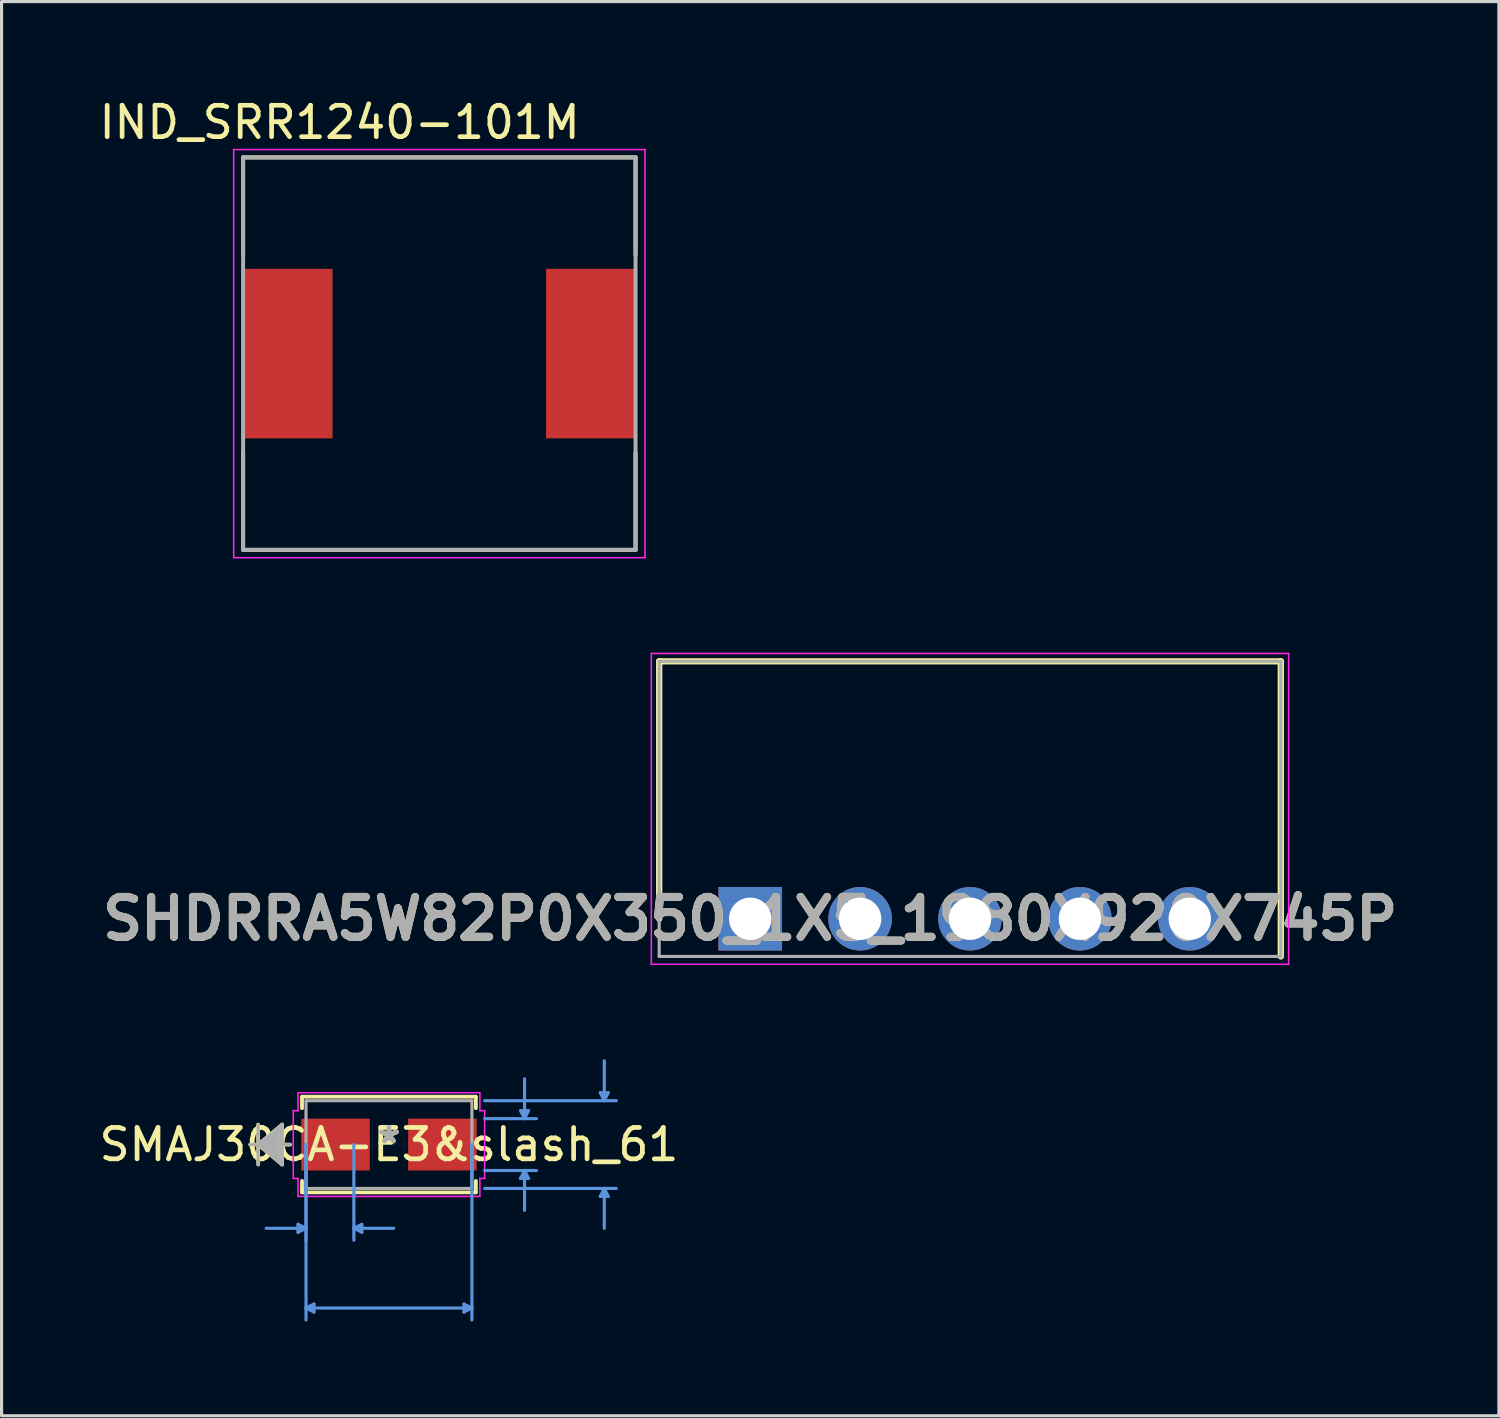
<source format=kicad_pcb>
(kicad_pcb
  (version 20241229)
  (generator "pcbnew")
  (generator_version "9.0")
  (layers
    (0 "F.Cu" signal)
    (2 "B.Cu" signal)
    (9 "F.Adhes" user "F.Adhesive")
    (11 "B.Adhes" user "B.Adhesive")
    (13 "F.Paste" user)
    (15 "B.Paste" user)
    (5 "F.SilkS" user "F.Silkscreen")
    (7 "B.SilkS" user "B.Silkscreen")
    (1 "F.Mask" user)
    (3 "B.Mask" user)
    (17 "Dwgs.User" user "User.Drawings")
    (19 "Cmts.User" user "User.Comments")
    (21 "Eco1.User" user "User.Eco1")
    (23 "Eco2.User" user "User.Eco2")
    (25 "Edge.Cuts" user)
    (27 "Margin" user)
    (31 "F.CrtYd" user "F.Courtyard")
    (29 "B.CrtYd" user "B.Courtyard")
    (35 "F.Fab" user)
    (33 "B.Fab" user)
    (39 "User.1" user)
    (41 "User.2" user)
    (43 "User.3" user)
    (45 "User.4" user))
  (footprint "SHDRRA5W82P0X350_1X5_1980X920X745P"
    (layer "F.Cu")
    (at 20.846 26.214)
    (property "Reference" "SHDRRA5W82P0X350_1X5_1980X920X745P" (at 0 0 0) (layer "F.SilkS") (effects (font (size 1.27 1.27) (thickness 0.254))))
    (attr through_hole)
    (fp_line (start -2.9 -8.2) (end 16.9 -8.2) (stroke (width 0.2) (type solid)) (layer "F.SilkS"))
    (fp_line (start -2.9 0) (end -2.9 -8.2) (stroke (width 0.2) (type solid)) (layer "F.SilkS"))
    (fp_line (start 16.9 -8.2) (end 16.9 1.2) (stroke (width 0.2) (type solid)) (layer "F.SilkS"))
    (fp_line (start -3.15 -8.45) (end -3.15 1.45) (stroke (width 0.05) (type solid)) (layer "F.CrtYd"))
    (fp_line (start -3.15 1.45) (end 17.15 1.45) (stroke (width 0.05) (type solid)) (layer "F.CrtYd"))
    (fp_line (start 17.15 -8.45) (end -3.15 -8.45) (stroke (width 0.05) (type solid)) (layer "F.CrtYd"))
    (fp_line (start 17.15 1.45) (end 17.15 -8.45) (stroke (width 0.05) (type solid)) (layer "F.CrtYd"))
    (fp_line (start -2.9 -8.2) (end 16.9 -8.2) (stroke (width 0.1) (type solid)) (layer "F.Fab"))
    (fp_line (start -2.9 1.2) (end -2.9 -8.2) (stroke (width 0.1) (type solid)) (layer "F.Fab"))
    (fp_line (start 16.9 -8.2) (end 16.9 1.2) (stroke (width 0.1) (type solid)) (layer "F.Fab"))
    (fp_line (start 16.9 1.2) (end -2.9 1.2) (stroke (width 0.1) (type solid)) (layer "F.Fab"))
    (fp_text user "${REFERENCE}" (at 0 0 0) (layer "F.Fab") (effects (font (size 1.27 1.27) (thickness 0.254))))
    (pad "1" thru_hole rect (at 0 0) (size 2.025 2.025) (drill 1.35) (layers "*.Cu" "*.Mask"))
    (pad "2" thru_hole circle (at 3.5 0) (size 2.025 2.025) (drill 1.35) (layers "*.Cu" "*.Mask"))
    (pad "3" thru_hole circle (at 7 0) (size 2.025 2.025) (drill 1.35) (layers "*.Cu" "*.Mask"))
    (pad "4" thru_hole circle (at 10.5 0) (size 2.025 2.025) (drill 1.35) (layers "*.Cu" "*.Mask"))
    (pad "5" thru_hole circle (at 14 0) (size 2.025 2.025) (drill 1.35) (layers "*.Cu" "*.Mask")))
  (footprint "IND_SRR1240-101M"
    (layer "F.Cu")
    (at 10.943 8.214)
    (property "Reference" "IND_SRR1240-101M" (at -3.175 -7.366 0) (layer "F.SilkS") (effects (font (size 1 1) (thickness 0.15))))
    (attr smd)
    (fp_line (start -6.25 -6.25) (end 6.25 -6.25) (stroke (width 0.127) (type solid)) (layer "F.SilkS"))
    (fp_line (start -6.25 -3.15) (end -6.25 -6.25) (stroke (width 0.127) (type solid)) (layer "F.SilkS"))
    (fp_line (start -6.25 6.25) (end -6.25 3.15) (stroke (width 0.127) (type solid)) (layer "F.SilkS"))
    (fp_line (start 6.25 -6.25) (end 6.25 -3.15) (stroke (width 0.127) (type solid)) (layer "F.SilkS"))
    (fp_line (start 6.25 3.15) (end 6.25 6.25) (stroke (width 0.127) (type solid)) (layer "F.SilkS"))
    (fp_line (start 6.25 6.25) (end -6.25 6.25) (stroke (width 0.127) (type solid)) (layer "F.SilkS"))
    (fp_line (start -6.55 -6.5) (end 6.55 -6.5) (stroke (width 0.05) (type solid)) (layer "F.CrtYd"))
    (fp_line (start -6.55 6.5) (end -6.55 -6.5) (stroke (width 0.05) (type solid)) (layer "F.CrtYd"))
    (fp_line (start 6.55 -6.5) (end 6.55 6.5) (stroke (width 0.05) (type solid)) (layer "F.CrtYd"))
    (fp_line (start 6.55 6.5) (end -6.55 6.5) (stroke (width 0.05) (type solid)) (layer "F.CrtYd"))
    (fp_line (start -6.25 -6.25) (end 6.25 -6.25) (stroke (width 0.127) (type solid)) (layer "F.Fab"))
    (fp_line (start -6.25 6.25) (end -6.25 -6.25) (stroke (width 0.127) (type solid)) (layer "F.Fab"))
    (fp_line (start 6.25 -6.25) (end 6.25 6.25) (stroke (width 0.127) (type solid)) (layer "F.Fab"))
    (fp_line (start 6.25 6.25) (end -6.25 6.25) (stroke (width 0.127) (type solid)) (layer "F.Fab"))
    (pad "1" smd rect (at -4.85 0 90) (size 5.4 2.9) (layers "F.Cu" "F.Mask" "F.Paste"))
    (pad "2" smd rect (at 4.85 0 90) (size 5.4 2.9) (layers "F.Cu" "F.Mask" "F.Paste")))
  (footprint "SMAJ30CA-E3&slash_61"
    (layer "F.Cu")
    (at 9.339 33.406)
    (property "Reference" "SMAJ30CA-E3&slash_61" (at 0 0 0) (layer "F.SilkS") (effects (font (size 1 1) (thickness 0.15))))
    (attr through_hole)
    (fp_line (start -4.166 -0.635) (end -4.166 0.635) (stroke (width 0.12) (type solid)) (layer "F.SilkS"))
    (fp_line (start -4.166 0) (end -3.404 -0.635) (stroke (width 0.12) (type solid)) (layer "F.SilkS"))
    (fp_line (start -4.166 0) (end -3.404 -0.508) (stroke (width 0.12) (type solid)) (layer "F.SilkS"))
    (fp_line (start -4.166 0) (end -3.404 -0.381) (stroke (width 0.12) (type solid)) (layer "F.SilkS"))
    (fp_line (start -4.166 0) (end -3.404 -0.254) (stroke (width 0.12) (type solid)) (layer "F.SilkS"))
    (fp_line (start -4.166 0) (end -3.404 -0.127) (stroke (width 0.12) (type solid)) (layer "F.SilkS"))
    (fp_line (start -4.166 0) (end -3.404 0.127) (stroke (width 0.12) (type solid)) (layer "F.SilkS"))
    (fp_line (start -4.166 0) (end -3.404 0.254) (stroke (width 0.12) (type solid)) (layer "F.SilkS"))
    (fp_line (start -4.166 0) (end -3.404 0.381) (stroke (width 0.12) (type solid)) (layer "F.SilkS"))
    (fp_line (start -4.166 0) (end -3.404 0.508) (stroke (width 0.12) (type solid)) (layer "F.SilkS"))
    (fp_line (start -4.166 0) (end -3.404 0.635) (stroke (width 0.12) (type solid)) (layer "F.SilkS"))
    (fp_line (start -3.404 -0.635) (end -3.404 0.635) (stroke (width 0.12) (type solid)) (layer "F.SilkS"))
    (fp_line (start -3.15 0) (end -4.42 0) (stroke (width 0.12) (type solid)) (layer "F.SilkS"))
    (fp_line (start -2.769 -1.524) (end -2.769 -1.158) (stroke (width 0.12) (type solid)) (layer "F.SilkS"))
    (fp_line (start -2.769 1.158) (end -2.769 1.524) (stroke (width 0.12) (type solid)) (layer "F.SilkS"))
    (fp_line (start -2.769 1.524) (end 2.769 1.524) (stroke (width 0.12) (type solid)) (layer "F.SilkS"))
    (fp_line (start 2.769 -1.524) (end -2.769 -1.524) (stroke (width 0.12) (type solid)) (layer "F.SilkS"))
    (fp_line (start 2.769 -1.158) (end 2.769 -1.524) (stroke (width 0.12) (type solid)) (layer "F.SilkS"))
    (fp_line (start 2.769 1.524) (end 2.769 1.158) (stroke (width 0.12) (type solid)) (layer "F.SilkS"))
    (fp_line (start -2.896 2.54) (end -2.896 2.794) (stroke (width 0.1) (type solid)) (layer "Cmts.User"))
    (fp_line (start -2.642 0) (end -2.642 3.048) (stroke (width 0.1) (type solid)) (layer "Cmts.User"))
    (fp_line (start -2.642 0) (end -2.642 5.588) (stroke (width 0.1) (type solid)) (layer "Cmts.User"))
    (fp_line (start -2.642 2.667) (end -3.912 2.667) (stroke (width 0.1) (type solid)) (layer "Cmts.User"))
    (fp_line (start -2.642 2.667) (end -2.896 2.54) (stroke (width 0.1) (type solid)) (layer "Cmts.User"))
    (fp_line (start -2.642 2.667) (end -2.896 2.794) (stroke (width 0.1) (type solid)) (layer "Cmts.User"))
    (fp_line (start -2.642 5.207) (end -2.388 5.08) (stroke (width 0.1) (type solid)) (layer "Cmts.User"))
    (fp_line (start -2.642 5.207) (end -2.388 5.334) (stroke (width 0.1) (type solid)) (layer "Cmts.User"))
    (fp_line (start -2.642 5.207) (end 2.642 5.207) (stroke (width 0.1) (type solid)) (layer "Cmts.User"))
    (fp_line (start -2.388 5.08) (end -2.388 5.334) (stroke (width 0.1) (type solid)) (layer "Cmts.User"))
    (fp_line (start -1.118 0) (end -1.118 3.048) (stroke (width 0.1) (type solid)) (layer "Cmts.User"))
    (fp_line (start -1.118 2.667) (end -0.864 2.54) (stroke (width 0.1) (type solid)) (layer "Cmts.User"))
    (fp_line (start -1.118 2.667) (end -0.864 2.794) (stroke (width 0.1) (type solid)) (layer "Cmts.User"))
    (fp_line (start -1.118 2.667) (end 0.152 2.667) (stroke (width 0.1) (type solid)) (layer "Cmts.User"))
    (fp_line (start -0.864 2.54) (end -0.864 2.794) (stroke (width 0.1) (type solid)) (layer "Cmts.User"))
    (fp_line (start 2.388 5.08) (end 2.388 5.334) (stroke (width 0.1) (type solid)) (layer "Cmts.User"))
    (fp_line (start 2.642 0) (end 2.642 5.588) (stroke (width 0.1) (type solid)) (layer "Cmts.User"))
    (fp_line (start 2.642 5.207) (end 2.388 5.08) (stroke (width 0.1) (type solid)) (layer "Cmts.User"))
    (fp_line (start 2.642 5.207) (end 2.388 5.334) (stroke (width 0.1) (type solid)) (layer "Cmts.User"))
    (fp_line (start 3.048 -1.397) (end 7.239 -1.397) (stroke (width 0.1) (type solid)) (layer "Cmts.User"))
    (fp_line (start 3.048 -0.826) (end 4.699 -0.826) (stroke (width 0.1) (type solid)) (layer "Cmts.User"))
    (fp_line (start 3.048 0.826) (end 4.699 0.826) (stroke (width 0.1) (type solid)) (layer "Cmts.User"))
    (fp_line (start 3.048 1.397) (end 7.239 1.397) (stroke (width 0.1) (type solid)) (layer "Cmts.User"))
    (fp_line (start 4.191 -1.079) (end 4.445 -1.079) (stroke (width 0.1) (type solid)) (layer "Cmts.User"))
    (fp_line (start 4.191 1.079) (end 4.445 1.079) (stroke (width 0.1) (type solid)) (layer "Cmts.User"))
    (fp_line (start 4.318 -0.826) (end 4.191 -1.079) (stroke (width 0.1) (type solid)) (layer "Cmts.User"))
    (fp_line (start 4.318 -0.826) (end 4.318 -2.095) (stroke (width 0.1) (type solid)) (layer "Cmts.User"))
    (fp_line (start 4.318 -0.826) (end 4.445 -1.079) (stroke (width 0.1) (type solid)) (layer "Cmts.User"))
    (fp_line (start 4.318 0.826) (end 4.191 1.079) (stroke (width 0.1) (type solid)) (layer "Cmts.User"))
    (fp_line (start 4.318 0.826) (end 4.318 2.095) (stroke (width 0.1) (type solid)) (layer "Cmts.User"))
    (fp_line (start 4.318 0.826) (end 4.445 1.079) (stroke (width 0.1) (type solid)) (layer "Cmts.User"))
    (fp_line (start 6.731 -1.651) (end 6.985 -1.651) (stroke (width 0.1) (type solid)) (layer "Cmts.User"))
    (fp_line (start 6.731 1.651) (end 6.985 1.651) (stroke (width 0.1) (type solid)) (layer "Cmts.User"))
    (fp_line (start 6.858 -1.397) (end 6.731 -1.651) (stroke (width 0.1) (type solid)) (layer "Cmts.User"))
    (fp_line (start 6.858 -1.397) (end 6.858 -2.667) (stroke (width 0.1) (type solid)) (layer "Cmts.User"))
    (fp_line (start 6.858 -1.397) (end 6.985 -1.651) (stroke (width 0.1) (type solid)) (layer "Cmts.User"))
    (fp_line (start 6.858 1.397) (end 6.731 1.651) (stroke (width 0.1) (type solid)) (layer "Cmts.User"))
    (fp_line (start 6.858 1.397) (end 6.858 2.667) (stroke (width 0.1) (type solid)) (layer "Cmts.User"))
    (fp_line (start 6.858 1.397) (end 6.985 1.651) (stroke (width 0.1) (type solid)) (layer "Cmts.User"))
    (fp_line (start -3.048 -1.079) (end -2.896 -1.079) (stroke (width 0.05) (type solid)) (layer "F.CrtYd"))
    (fp_line (start -3.048 1.079) (end -3.048 -1.079) (stroke (width 0.05) (type solid)) (layer "F.CrtYd"))
    (fp_line (start -2.896 -1.651) (end 2.896 -1.651) (stroke (width 0.05) (type solid)) (layer "F.CrtYd"))
    (fp_line (start -2.896 -1.079) (end -2.896 -1.651) (stroke (width 0.05) (type solid)) (layer "F.CrtYd"))
    (fp_line (start -2.896 1.079) (end -3.048 1.079) (stroke (width 0.05) (type solid)) (layer "F.CrtYd"))
    (fp_line (start -2.896 1.651) (end -2.896 1.079) (stroke (width 0.05) (type solid)) (layer "F.CrtYd"))
    (fp_line (start 2.896 -1.651) (end 2.896 -1.079) (stroke (width 0.05) (type solid)) (layer "F.CrtYd"))
    (fp_line (start 2.896 -1.079) (end 3.048 -1.079) (stroke (width 0.05) (type solid)) (layer "F.CrtYd"))
    (fp_line (start 2.896 1.079) (end 2.896 1.651) (stroke (width 0.05) (type solid)) (layer "F.CrtYd"))
    (fp_line (start 2.896 1.651) (end -2.896 1.651) (stroke (width 0.05) (type solid)) (layer "F.CrtYd"))
    (fp_line (start 3.048 -1.079) (end 3.048 1.079) (stroke (width 0.05) (type solid)) (layer "F.CrtYd"))
    (fp_line (start 3.048 1.079) (end 2.896 1.079) (stroke (width 0.05) (type solid)) (layer "F.CrtYd"))
    (fp_line (start -4.166 -0.635) (end -4.166 0.635) (stroke (width 0.1) (type solid)) (layer "F.Fab"))
    (fp_line (start -4.166 0) (end -3.404 -0.635) (stroke (width 0.1) (type solid)) (layer "F.Fab"))
    (fp_line (start -4.166 0) (end -3.404 -0.508) (stroke (width 0.1) (type solid)) (layer "F.Fab"))
    (fp_line (start -4.166 0) (end -3.404 -0.381) (stroke (width 0.1) (type solid)) (layer "F.Fab"))
    (fp_line (start -4.166 0) (end -3.404 -0.254) (stroke (width 0.1) (type solid)) (layer "F.Fab"))
    (fp_line (start -4.166 0) (end -3.404 -0.127) (stroke (width 0.1) (type solid)) (layer "F.Fab"))
    (fp_line (start -4.166 0) (end -3.404 0.127) (stroke (width 0.1) (type solid)) (layer "F.Fab"))
    (fp_line (start -4.166 0) (end -3.404 0.254) (stroke (width 0.1) (type solid)) (layer "F.Fab"))
    (fp_line (start -4.166 0) (end -3.404 0.381) (stroke (width 0.1) (type solid)) (layer "F.Fab"))
    (fp_line (start -4.166 0) (end -3.404 0.508) (stroke (width 0.1) (type solid)) (layer "F.Fab"))
    (fp_line (start -4.166 0) (end -3.404 0.635) (stroke (width 0.1) (type solid)) (layer "F.Fab"))
    (fp_line (start -3.404 -0.635) (end -3.404 0.635) (stroke (width 0.1) (type solid)) (layer "F.Fab"))
    (fp_line (start -3.15 0) (end -4.42 0) (stroke (width 0.1) (type solid)) (layer "F.Fab"))
    (fp_line (start -2.642 -1.397) (end -2.642 1.397) (stroke (width 0.1) (type solid)) (layer "F.Fab"))
    (fp_line (start -2.642 1.397) (end 2.642 1.397) (stroke (width 0.1) (type solid)) (layer "F.Fab"))
    (fp_line (start 2.642 -1.397) (end -2.642 -1.397) (stroke (width 0.1) (type solid)) (layer "F.Fab"))
    (fp_line (start 2.642 1.397) (end 2.642 -1.397) (stroke (width 0.1) (type solid)) (layer "F.Fab"))
    (fp_text user "*" (at 0 0 0) (layer "F.SilkS") (effects (font (size 1 1) (thickness 0.15))))
    (fp_text user "Copyright 2021 Accelerated Designs. All rights reserved." (at 0 0 0) (layer "Cmts.User") (effects (font (size 0.127 0.127) (thickness 0.002))))
    (fp_text user "*" (at 0 0 0) (layer "F.Fab") (effects (font (size 1 1) (thickness 0.15))))
    (pad "1" smd rect (at -1.702 0 90) (size 1.651 2.184) (layers "F.Cu" "F.Mask" "F.Paste"))
    (pad "2" smd rect (at 1.702 0 90) (size 1.651 2.184) (layers "F.Cu" "F.Mask" "F.Paste")))
  (gr_rect
    (start -3 -3)
    (end 44.692 42.044)
    (stroke (width 0.1) (type default))
    (fill no)
    (layer "Edge.Cuts")))
</source>
